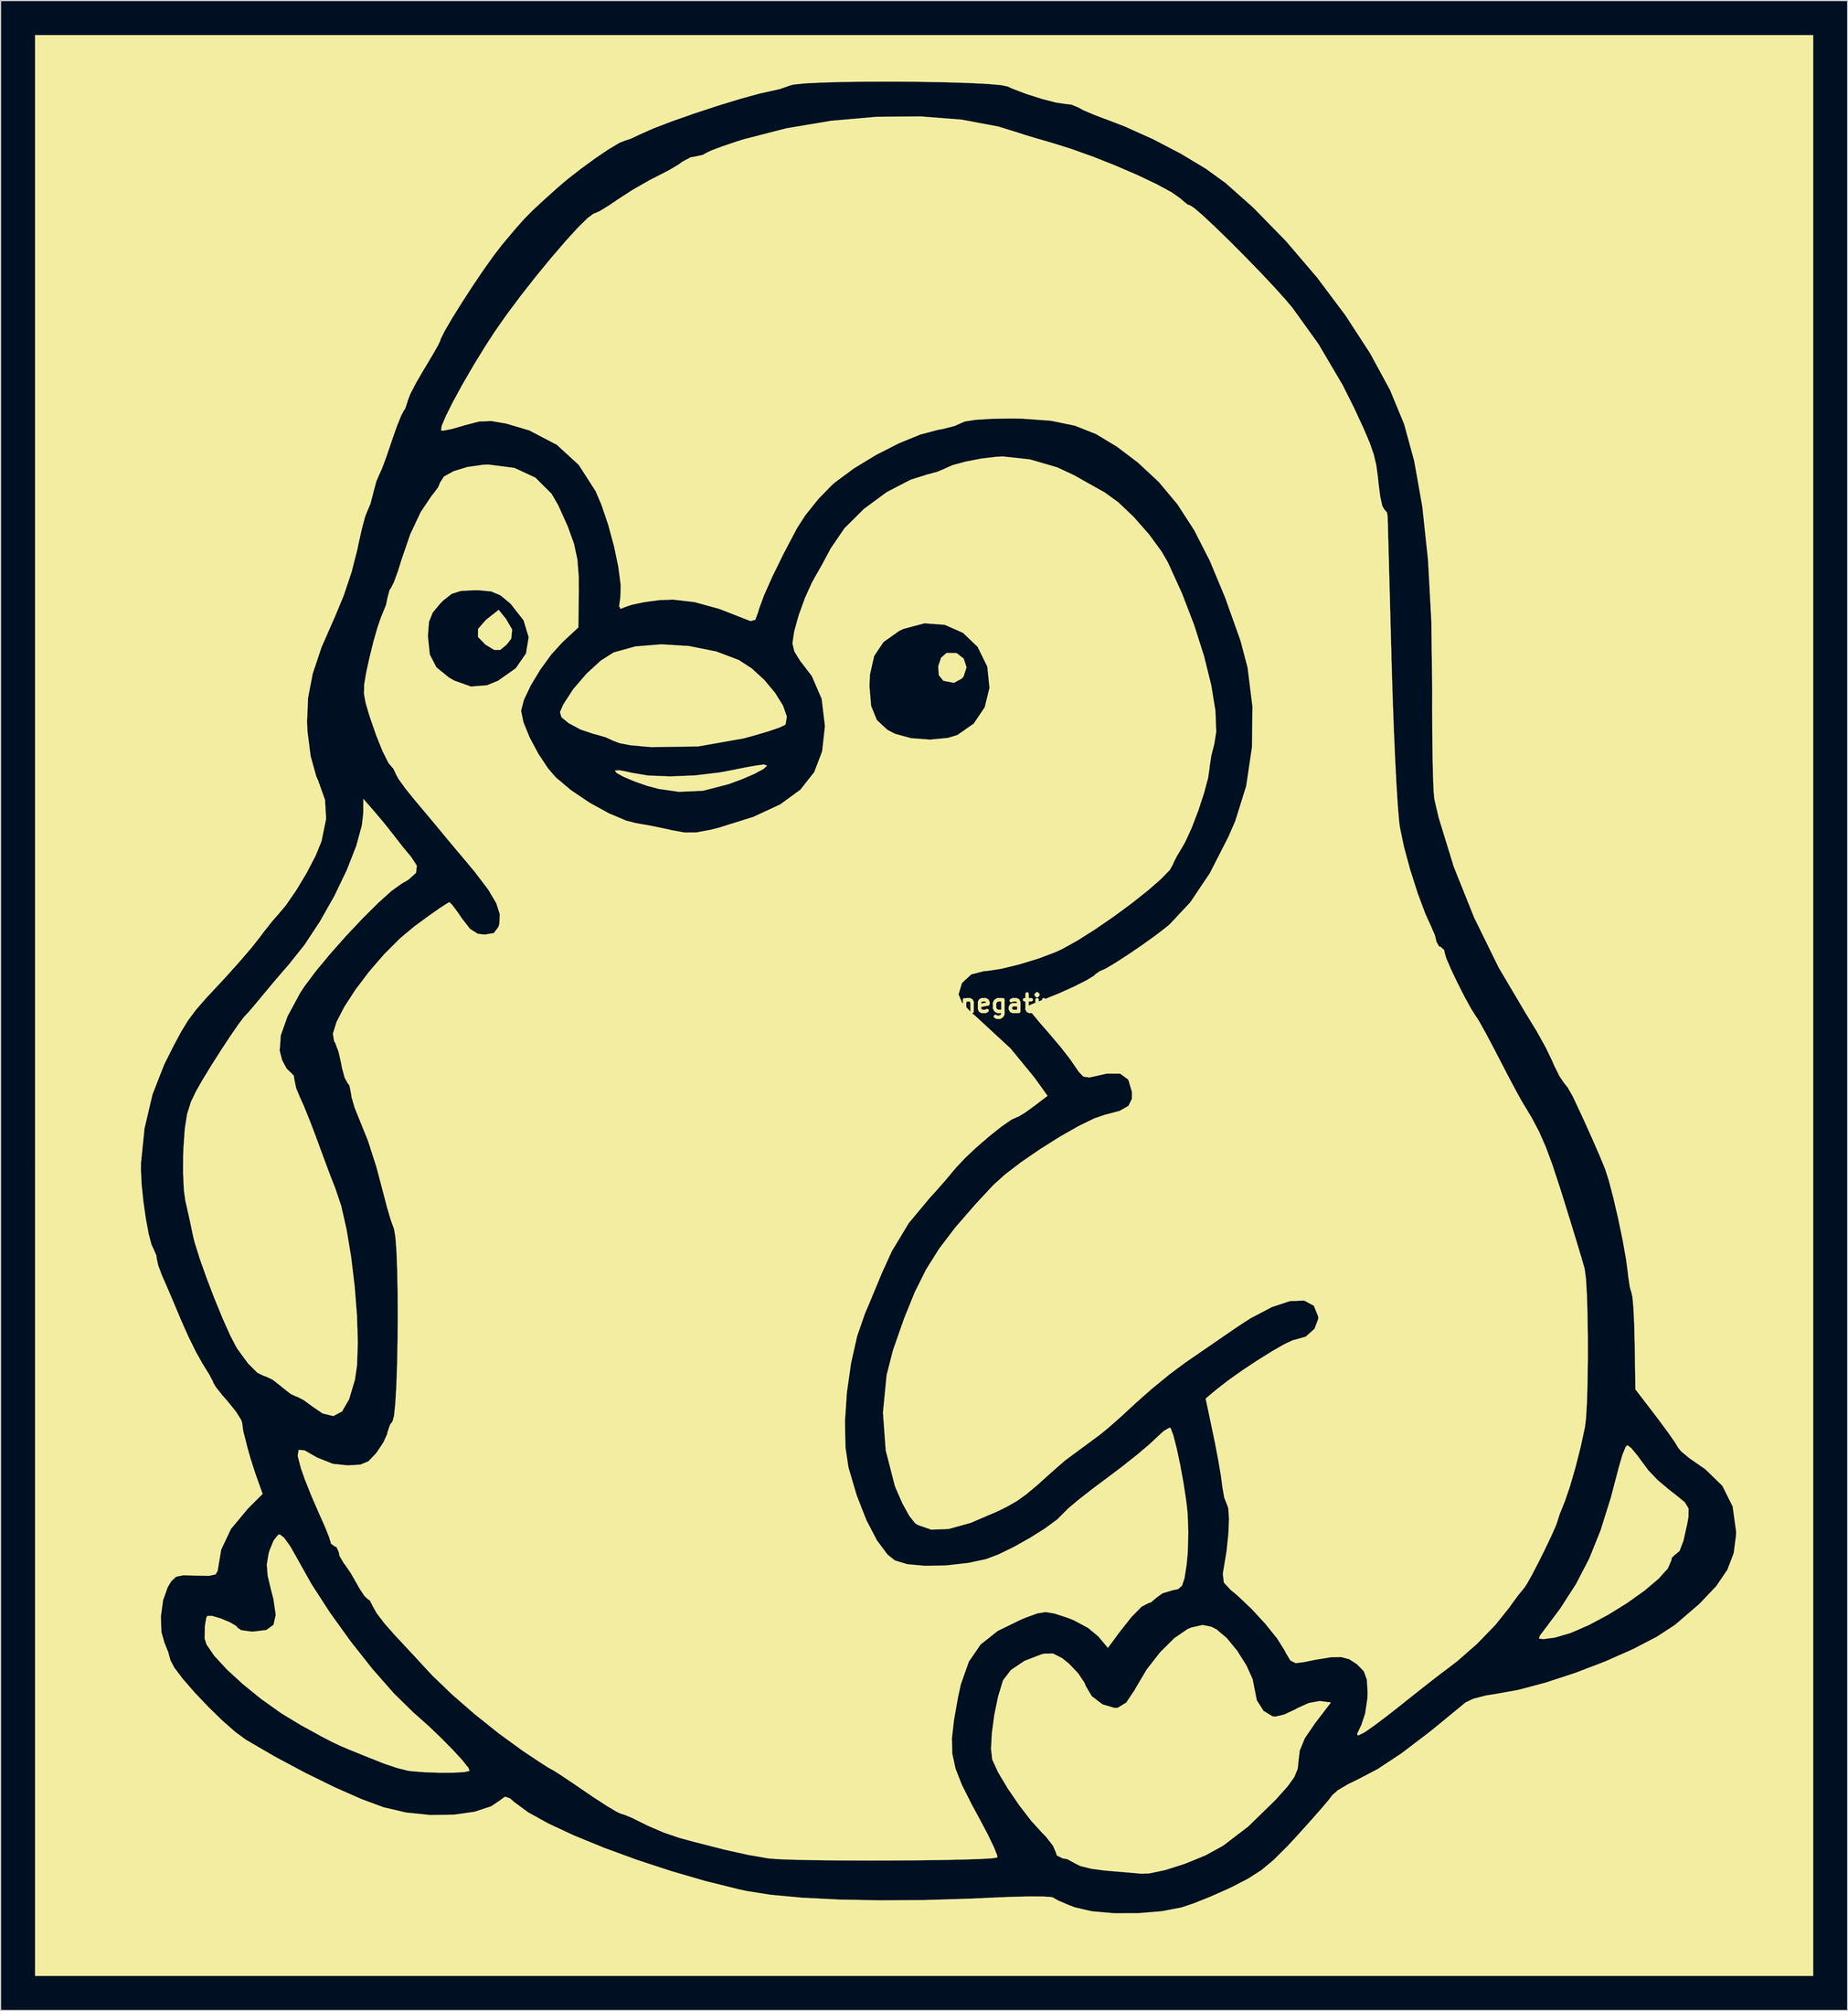
<source format=kicad_pcb>
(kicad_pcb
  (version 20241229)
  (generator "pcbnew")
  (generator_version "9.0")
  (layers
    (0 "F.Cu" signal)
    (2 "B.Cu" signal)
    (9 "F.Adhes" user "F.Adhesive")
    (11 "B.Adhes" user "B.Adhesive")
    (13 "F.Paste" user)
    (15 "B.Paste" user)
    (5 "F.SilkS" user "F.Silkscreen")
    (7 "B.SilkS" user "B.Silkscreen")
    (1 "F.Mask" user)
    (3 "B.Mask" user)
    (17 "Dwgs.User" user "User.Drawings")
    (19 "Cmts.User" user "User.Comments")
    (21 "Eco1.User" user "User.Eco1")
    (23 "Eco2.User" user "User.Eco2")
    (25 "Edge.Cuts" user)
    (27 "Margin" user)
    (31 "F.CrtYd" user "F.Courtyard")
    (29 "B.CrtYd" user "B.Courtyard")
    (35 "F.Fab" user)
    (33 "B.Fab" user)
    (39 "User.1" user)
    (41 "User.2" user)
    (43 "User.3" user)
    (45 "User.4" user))
  (footprint "penguin_logo_negative"
    (layer "F.Cu")
    (at 77.263 84.319)
    (property "Reference" "penguin_logo_negative" (at 0 0 0) (layer "F.SilkS") (effects (font (size 1.524 1.524) (thickness 0.3))))
    (attr through_hole)
    (fp_poly (pts (xy -36.255 -33.501) (xy -35.705 -32.559) (xy -35.784 -31.768) (xy -36.185 -31.246) (xy -36.751 -30.786) (xy -37.265 -30.785) (xy -38.022 -31.241) (xy -38.682 -31.919) (xy -38.673 -32.613) (xy -37.987 -33.397) (xy -37.842 -33.515) (xy -36.879 -34.272) (xy -36.255 -33.501)) (stroke (width 0.01) (type solid)) (fill yes) (layer "F.SilkS"))
    (fp_poly (pts (xy 3.004 -30.511) (xy 3.625 -30.023) (xy 3.869 -29.269) (xy 3.607 -28.466) (xy 3.457 -28.293) (xy 2.776 -27.921) (xy 1.873 -28.095) (xy 1.852 -28.103) (xy 1.46 -28.582) (xy 1.406 -29.352) (xy 1.655 -30.104) (xy 2.134 -30.521) (xy 3.004 -30.511)) (stroke (width 0.01) (type solid)) (fill yes) (layer "F.SilkS"))
    (fp_poly (pts (xy -13.511 -20.704) (xy -13.819 -20.417) (xy -14.591 -20.001) (xy -15.727 -19.513) (xy -16.847 -19.101) (xy -19.086 -18.522) (xy -21.186 -18.431) (xy -22.931 -18.681) (xy -23.942 -18.95) (xy -25.016 -19.323) (xy -25.966 -19.723) (xy -26.605 -20.071) (xy -26.754 -20.283) (xy -26.339 -20.306) (xy -25.536 -20.146) (xy -25.379 -20.102) (xy -23.888 -19.85) (xy -21.948 -19.77) (xy -19.794 -19.859) (xy -17.659 -20.111) (xy -16.757 -20.279) (xy -15.457 -20.54) (xy -14.39 -20.73) (xy -13.779 -20.808) (xy -13.768 -20.808) (xy -13.511 -20.704)) (stroke (width 0.01) (type solid)) (fill yes) (layer "F.SilkS"))
    (fp_poly (pts (xy -20.28 -31.118) (xy -17.938 -30.649) (xy -15.973 -29.909) (xy -14.829 -29.166) (xy -13.74 -28.167) (xy -12.805 -27.046) (xy -12.119 -25.941) (xy -11.781 -24.985) (xy -11.887 -24.316) (xy -11.935 -24.26) (xy -12.399 -24.037) (xy -13.379 -23.701) (xy -14.709 -23.308) (xy -15.546 -23.082) (xy -19.506 -22.382) (xy -23.612 -22.323) (xy -25.399 -22.487) (xy -26.33 -22.663) (xy -26.953 -22.895) (xy -26.986 -22.919) (xy -27.551 -23.179) (xy -28.461 -23.438) (xy -28.575 -23.463) (xy -29.743 -23.853) (xy -30.777 -24.408) (xy -31.411 -24.923) (xy -31.534 -25.375) (xy -31.248 -26.04) (xy -30.372 -27.384) (xy -29.218 -28.724) (xy -27.984 -29.851) (xy -26.873 -30.559) (xy -26.863 -30.563) (xy -24.971 -31.089) (xy -22.7 -31.27) (xy -20.28 -31.118)) (stroke (width 0.01) (type solid)) (fill yes) (layer "F.SilkS"))
    (fp_poly (pts (xy 61.775 38.716) (xy 62.317 39.371) (xy 62.48 39.599) (xy 63.249 40.632) (xy 64.044 41.474) (xy 65.102 42.364) (xy 65.658 42.791) (xy 66.437 43.432) (xy 66.76 43.97) (xy 66.748 44.705) (xy 66.653 45.25) (xy 66.31 46.782) (xy 65.968 47.671) (xy 65.605 47.977) (xy 65.579 47.978) (xy 65.293 48.261) (xy 65.264 48.464) (xy 64.961 49.178) (xy 64.135 50.091) (xy 62.911 51.123) (xy 61.411 52.192) (xy 59.759 53.215) (xy 58.08 54.112) (xy 56.497 54.8) (xy 55.134 55.198) (xy 55.041 55.214) (xy 54.101 55.341) (xy 53.73 55.288) (xy 53.812 55.034) (xy 53.847 54.99) (xy 55.573 52.693) (xy 56.968 50.527) (xy 58.112 48.32) (xy 59.087 45.899) (xy 59.971 43.093) (xy 60.706 40.305) (xy 61.003 39.28) (xy 61.283 38.607) (xy 61.426 38.453) (xy 61.775 38.716)) (stroke (width 0.01) (type solid)) (fill yes) (layer "F.SilkS"))
    (fp_poly (pts (xy -55.575 46.507) (xy -55.024 47.27) (xy -54.477 48.242) (xy -53.191 50.537) (xy -51.576 53.031) (xy -49.756 55.56) (xy -47.855 57.962) (xy -45.998 60.073) (xy -44.306 61.731) (xy -44.122 61.89) (xy -43.015 62.875) (xy -41.89 63.948) (xy -40.859 64.994) (xy -40.031 65.898) (xy -39.516 66.544) (xy -39.411 66.81) (xy -39.855 66.913) (xy -40.791 66.967) (xy -42.005 66.973) (xy -43.285 66.93) (xy -44.419 66.842) (xy -44.803 66.79) (xy -45.702 66.566) (xy -46.826 66.189) (xy -47.096 66.085) (xy -48.72 65.437) (xy -49.867 64.973) (xy -50.714 64.611) (xy -51.437 64.269) (xy -52.213 63.865) (xy -53.218 63.316) (xy -54.151 62.804) (xy -55.846 61.773) (xy -57.551 60.559) (xy -59.158 59.259) (xy -60.561 57.969) (xy -61.651 56.787) (xy -62.322 55.809) (xy -62.483 55.3) (xy -62.473 54.245) (xy -62.344 53.491) (xy -62.255 53.322) (xy -61.845 53.318) (xy -61.099 53.537) (xy -60.3 53.868) (xy -59.732 54.201) (xy -59.619 54.355) (xy -59.307 54.56) (xy -58.526 54.673) (xy -58.221 54.681) (xy -57.12 54.548) (xy -56.491 54.093) (xy -56.294 53.228) (xy -56.493 51.867) (xy -56.672 51.17) (xy -56.996 49.827) (xy -57.073 48.841) (xy -56.92 47.911) (xy -56.84 47.628) (xy -56.478 46.752) (xy -56.082 46.256) (xy -55.959 46.214) (xy -55.575 46.507)) (stroke (width 0.01) (type solid)) (fill yes) (layer "F.SilkS"))
    (fp_poly (pts (xy 25.207 54.267) (xy 25.657 54.504) (xy 26.54 55.251) (xy 27.454 56.369) (xy 28.252 57.635) (xy 28.787 58.823) (xy 28.928 59.537) (xy 29.155 60.672) (xy 29.737 61.584) (xy 30.522 62.062) (xy 30.758 62.089) (xy 31.533 61.908) (xy 32.498 61.461) (xy 32.671 61.359) (xy 33.67 60.906) (xy 34.602 60.733) (xy 34.73 60.742) (xy 35.609 60.854) (xy 34.209 62.685) (xy 33.332 63.973) (xy 32.895 65.031) (xy 32.795 65.86) (xy 32.716 66.625) (xy 32.425 67.338) (xy 31.823 68.175) (xy 30.807 69.309) (xy 30.767 69.352) (xy 28.406 71.652) (xy 26.233 73.313) (xy 24.694 74.161) (xy 22.871 74.904) (xy 21.173 75.446) (xy 19.785 75.737) (xy 19.103 75.763) (xy 18.229 75.684) (xy 16.969 75.577) (xy 15.969 75.494) (xy 14.745 75.333) (xy 13.779 75.093) (xy 13.352 74.877) (xy 12.627 74.488) (xy 12.277 74.436) (xy 11.745 74.184) (xy 11.642 73.883) (xy 11.401 73.321) (xy 10.795 72.547) (xy 10.462 72.208) (xy 9.506 71.159) (xy 8.451 69.79) (xy 7.441 68.308) (xy 6.616 66.924) (xy 6.119 65.844) (xy 6.11 65.817) (xy 6.008 64.895) (xy 6.079 63.528) (xy 6.291 61.943) (xy 6.614 60.371) (xy 7.015 59.039) (xy 7.07 58.899) (xy 7.742 58.025) (xy 8.917 57.237) (xy 10.391 56.665) (xy 10.628 56.606) (xy 11.393 56.591) (xy 12.195 56.994) (xy 12.796 57.479) (xy 13.598 58.321) (xy 14.148 59.147) (xy 14.246 59.404) (xy 14.78 60.313) (xy 15.717 61.021) (xy 16.764 61.33) (xy 17.039 61.317) (xy 17.785 60.864) (xy 18.54 59.731) (xy 18.596 59.619) (xy 19.56 57.992) (xy 20.736 56.483) (xy 21.975 55.253) (xy 23.131 54.462) (xy 23.446 54.332) (xy 24.429 54.109) (xy 25.207 54.267)) (stroke (width 0.01) (type solid)) (fill yes) (layer "F.SilkS"))
    (fp_poly (pts (xy -47.703 -16.713) (xy -46.856 -15.705) (xy -46.057 -14.699) (xy -45.979 -14.596) (xy -45.224 -13.63) (xy -44.502 -12.76) (xy -44.008 -11.999) (xy -44.075 -11.379) (xy -44.752 -10.771) (xy -45.36 -10.417) (xy -46.202 -9.811) (xy -47.359 -8.773) (xy -48.715 -7.428) (xy -50.154 -5.901) (xy -51.56 -4.318) (xy -52.815 -2.804) (xy -53.804 -1.484) (xy -54.181 -0.906) (xy -55.272 1.119) (xy -55.855 2.763) (xy -55.954 4.109) (xy -55.746 4.921) (xy -55.358 5.656) (xy -55.013 5.995) (xy -54.991 5.997) (xy -54.726 6.289) (xy -54.678 6.615) (xy -54.518 7.375) (xy -54.191 8.162) (xy -53.855 8.906) (xy -53.368 10.106) (xy -52.814 11.554) (xy -52.569 12.219) (xy -52.035 13.673) (xy -51.561 14.937) (xy -51.218 15.821) (xy -51.122 16.051) (xy -50.599 17.603) (xy -50.129 19.664) (xy -49.731 22.061) (xy -49.423 24.617) (xy -49.222 27.158) (xy -49.147 29.51) (xy -49.217 31.497) (xy -49.394 32.734) (xy -49.91 34.465) (xy -50.526 35.518) (xy -51.281 35.918) (xy -52.215 35.69) (xy -53.093 35.09) (xy -53.862 34.529) (xy -54.431 34.234) (xy -54.508 34.221) (xy -54.982 33.999) (xy -55.686 33.455) (xy -55.815 33.337) (xy -56.57 32.751) (xy -57.184 32.462) (xy -57.249 32.456) (xy -57.885 32.157) (xy -58.706 31.339) (xy -59.596 30.123) (xy -59.725 29.919) (xy -60.247 28.925) (xy -60.905 27.456) (xy -61.623 25.71) (xy -62.322 23.885) (xy -62.928 22.177) (xy -63.362 20.785) (xy -63.5 20.22) (xy -63.785 18.868) (xy -64.083 17.541) (xy -64.167 17.186) (xy -64.297 16.22) (xy -64.363 14.804) (xy -64.357 13.193) (xy -64.336 12.626) (xy -64.214 10.882) (xy -64.01 9.601) (xy -63.67 8.54) (xy -63.224 7.612) (xy -62.659 6.625) (xy -61.906 5.392) (xy -61.066 4.072) (xy -60.242 2.823) (xy -59.538 1.802) (xy -59.056 1.167) (xy -58.951 1.058) (xy -58.627 0.708) (xy -58.01 -0.015) (xy -57.439 -0.706) (xy -56.518 -1.811) (xy -55.604 -2.879) (xy -55.188 -3.351) (xy -53.799 -5.092) (xy -52.44 -7.149) (xy -51.185 -9.372) (xy -50.109 -11.61) (xy -49.284 -13.714) (xy -48.787 -15.533) (xy -48.673 -16.555) (xy -48.663 -17.815) (xy -47.703 -16.713)) (stroke (width 0.01) (type solid)) (fill yes) (layer "F.SilkS"))
    (fp_poly (pts (xy 77.611 84.667) (xy -77.258 84.667) (xy -77.258 14.464) (xy -68.04 14.464) (xy -67.978 15.759) (xy -67.825 17.249) (xy -67.61 18.747) (xy -67.364 20.063) (xy -67.115 21.011) (xy -66.939 21.373) (xy -66.694 21.936) (xy -66.675 22.142) (xy -66.536 22.796) (xy -66.198 23.697) (xy -66.17 23.759) (xy -65.789 24.626) (xy -65.248 25.892) (xy -64.653 27.306) (xy -64.565 27.517) (xy -63.917 28.977) (xy -63.234 30.364) (xy -62.651 31.399) (xy -62.601 31.478) (xy -62.077 32.322) (xy -61.77 32.908) (xy -61.736 33.023) (xy -61.519 33.393) (xy -60.961 34.093) (xy -60.501 34.619) (xy -59.786 35.497) (xy -59.319 36.236) (xy -59.223 36.514) (xy -59.138 37.159) (xy -59.106 37.306) (xy -58.976 37.81) (xy -58.772 38.629) (xy -58.483 39.65) (xy -58.087 40.876) (xy -57.977 41.191) (xy -57.441 42.695) (xy -58.726 43.98) (xy -60.196 45.747) (xy -61.049 47.547) (xy -61.357 49.389) (xy -61.53 49.701) (xy -62.107 49.831) (xy -63.234 49.81) (xy -63.235 49.81) (xy -64.337 49.777) (xy -64.978 49.909) (xy -65.398 50.302) (xy -65.705 50.809) (xy -66.112 51.957) (xy -66.302 53.366) (xy -66.257 54.722) (xy -65.991 55.655) (xy -65.657 56.488) (xy -65.473 57.168) (xy -65.135 57.821) (xy -64.388 58.806) (xy -63.357 59.991) (xy -62.167 61.244) (xy -60.942 62.436) (xy -59.805 63.433) (xy -58.901 64.096) (xy -56.365 65.572) (xy -53.718 66.985) (xy -51.136 68.25) (xy -48.792 69.282) (xy -46.919 69.975) (xy -44.948 70.438) (xy -42.856 70.652) (xy -40.81 70.627) (xy -38.979 70.371) (xy -37.529 69.895) (xy -36.787 69.393) (xy -36.337 69.061) (xy -35.903 69.198) (xy -35.496 69.549) (xy -34.31 70.42) (xy -32.545 71.397) (xy -30.311 72.437) (xy -27.719 73.499) (xy -24.881 74.54) (xy -21.905 75.518) (xy -18.904 76.391) (xy -15.987 77.116) (xy -15.308 77.264) (xy -13.192 77.6) (xy -10.48 77.85) (xy -7.276 78.011) (xy -3.686 78.081) (xy 0.186 78.056) (xy 4.235 77.934) (xy 5.839 77.86) (xy 7.707 77.781) (xy 9.321 77.744) (xy 10.552 77.749) (xy 11.272 77.798) (xy 11.398 77.838) (xy 11.854 78.096) (xy 12.735 78.474) (xy 13.321 78.697) (xy 14.788 79.035) (xy 16.698 79.204) (xy 18.806 79.202) (xy 20.87 79.03) (xy 22.578 78.706) (xy 23.648 78.349) (xy 25.08 77.778) (xy 26.61 77.1) (xy 27.008 76.911) (xy 28.402 76.191) (xy 29.544 75.458) (xy 30.626 74.56) (xy 31.843 73.345) (xy 32.653 72.473) (xy 33.783 71.221) (xy 34.748 70.124) (xy 35.441 69.306) (xy 35.745 68.906) (xy 36.212 68.498) (xy 37.111 67.965) (xy 37.922 67.573) (xy 39.682 66.651) (xy 41.722 65.307) (xy 44.115 63.49) (xy 45.156 62.646) (xy 46.139 61.838) (xy 46.979 61.148) (xy 47.348 60.846) (xy 48.038 60.523) (xy 49.128 60.244) (xy 49.818 60.138) (xy 51.904 59.766) (xy 54.326 59.122) (xy 56.915 58.271) (xy 59.503 57.28) (xy 61.919 56.212) (xy 63.994 55.133) (xy 65.561 54.109) (xy 65.673 54.02) (xy 67.702 52.273) (xy 69.169 50.733) (xy 70.144 49.294) (xy 70.697 47.847) (xy 70.897 46.286) (xy 70.901 45.953) (xy 70.601 43.787) (xy 69.707 41.993) (xy 68.197 40.529) (xy 67.812 40.267) (xy 66.829 39.584) (xy 66.114 38.99) (xy 65.863 38.684) (xy 65.579 38.212) (xy 64.976 37.348) (xy 64.168 36.254) (xy 63.911 35.917) (xy 62.128 33.591) (xy 62.069 29.584) (xy 62.028 27.954) (xy 61.962 26.579) (xy 61.88 25.615) (xy 61.803 25.232) (xy 61.643 24.682) (xy 61.503 23.745) (xy 61.476 23.468) (xy 61.312 22.229) (xy 61.014 20.575) (xy 60.632 18.734) (xy 60.214 16.934) (xy 59.812 15.403) (xy 59.512 14.464) (xy 59.069 13.375) (xy 58.41 11.861) (xy 57.63 10.129) (xy 56.819 8.388) (xy 56.689 8.114) (xy 56.24 7.324) (xy 55.891 6.879) (xy 55.539 6.36) (xy 55.077 5.446) (xy 54.856 4.939) (xy 54.327 3.842) (xy 53.558 2.454) (xy 52.709 1.063) (xy 52.654 0.979) (xy 50.226 -3.124) (xy 48.084 -7.483) (xy 46.313 -11.902) (xy 44.996 -16.183) (xy 44.617 -17.806) (xy 44.557 -18.448) (xy 44.505 -19.682) (xy 44.466 -21.397) (xy 44.44 -23.478) (xy 44.431 -25.813) (xy 44.434 -27.331) (xy 44.356 -33.303) (xy 44.07 -38.606) (xy 43.573 -43.248) (xy 42.865 -47.233) (xy 41.986 -50.449) (xy 40.767 -53.397) (xy 39.037 -56.587) (xy 36.887 -59.897) (xy 34.409 -63.202) (xy 31.693 -66.38) (xy 28.833 -69.305) (xy 26.432 -71.439) (xy 24.714 -72.681) (xy 22.53 -73.993) (xy 20.099 -75.261) (xy 17.634 -76.368) (xy 16.228 -76.908) (xy 15.024 -77.359) (xy 14.079 -77.759) (xy 13.6 -78.019) (xy 12.996 -78.265) (xy 12.516 -78.317) (xy 11.672 -78.44) (xy 10.437 -78.758) (xy 9.072 -79.192) (xy 7.836 -79.665) (xy 7.442 -79.844) (xy 6.844 -79.964) (xy 5.662 -80.065) (xy 4.019 -80.146) (xy 2.034 -80.206) (xy -0.17 -80.246) (xy -2.471 -80.264) (xy -4.748 -80.26) (xy -6.88 -80.233) (xy -8.744 -80.182) (xy -10.22 -80.108) (xy -11.186 -80.009) (xy -11.465 -79.939) (xy -12.397 -79.616) (xy -12.876 -79.507) (xy -14.125 -79.232) (xy -15.829 -78.763) (xy -17.801 -78.161) (xy -19.851 -77.487) (xy -21.791 -76.805) (xy -23.433 -76.176) (xy -24.589 -75.661) (xy -24.621 -75.645) (xy -25.377 -75.29) (xy -25.834 -75.144) (xy -26.363 -74.935) (xy -27.289 -74.383) (xy -28.464 -73.591) (xy -29.739 -72.662) (xy -30.966 -71.7) (xy -31.738 -71.042) (xy -32.992 -69.916) (xy -33.894 -69.077) (xy -34.618 -68.346) (xy -35.338 -67.542) (xy -36.231 -66.486) (xy -36.602 -66.039) (xy -37.319 -65.111) (xy -38.195 -63.879) (xy -39.143 -62.477) (xy -40.077 -61.04) (xy -40.909 -59.703) (xy -41.554 -58.6) (xy -41.925 -57.868) (xy -41.981 -57.675) (xy -42.152 -57.319) (xy -42.605 -56.523) (xy -43.249 -55.443) (xy -43.392 -55.21) (xy -44.069 -54.046) (xy -44.569 -53.082) (xy -44.798 -52.499) (xy -44.803 -52.452) (xy -45.025 -51.781) (xy -45.116 -51.664) (xy -45.374 -51.181) (xy -45.759 -50.222) (xy -46.192 -48.986) (xy -46.233 -48.86) (xy -46.659 -47.605) (xy -47.032 -46.604) (xy -47.276 -46.059) (xy -47.29 -46.038) (xy -47.529 -45.474) (xy -47.777 -44.565) (xy -47.801 -44.45) (xy -48.047 -43.523) (xy -48.303 -42.9) (xy -48.329 -42.862) (xy -48.517 -42.373) (xy -48.784 -41.374) (xy -49.084 -40.049) (xy -49.194 -39.511) (xy -49.684 -37.591) (xy -50.385 -35.493) (xy -51.136 -33.69) (xy -52.306 -31.028) (xy -53.073 -28.733) (xy -53.481 -26.625) (xy -53.572 -24.524) (xy -53.533 -23.685) (xy -53.256 -21.529) (xy -52.77 -19.784) (xy -52.601 -19.397) (xy -52.007 -17.734) (xy -51.911 -16.082) (xy -52.3 -14.179) (xy -52.33 -14.079) (xy -52.82 -12.875) (xy -53.597 -11.383) (xy -54.515 -9.854) (xy -55.426 -8.534) (xy -56.034 -7.815) (xy -56.586 -7.185) (xy -57.325 -6.252) (xy -57.706 -5.742) (xy -58.431 -4.829) (xy -59.477 -3.609) (xy -60.671 -2.279) (xy -61.304 -1.599) (xy -62.439 -0.382) (xy -63.276 0.584) (xy -63.942 1.481) (xy -64.56 2.492) (xy -65.255 3.8) (xy -66.004 5.292) (xy -67.028 7.906) (xy -67.727 10.867) (xy -68.032 13.862) (xy -68.04 14.464) (xy -77.258 14.464) (xy -77.258 -84.314) (xy 77.611 -84.314) (xy 77.611 84.667)) (stroke (width 0.01) (type solid)) (fill yes) (layer "F.SilkS"))
    (fp_poly (pts (xy 3.435 -76.953) (xy 6.621 -76.356) (xy 8.29 -75.842) (xy 9.003 -75.609) (xy 10.122 -75.274) (xy 11.113 -74.992) (xy 12.919 -74.431) (xy 14.892 -73.725) (xy 16.896 -72.931) (xy 18.797 -72.109) (xy 20.461 -71.317) (xy 21.753 -70.615) (xy 22.538 -70.06) (xy 22.629 -69.965) (xy 23.125 -69.557) (xy 23.324 -69.497) (xy 23.705 -69.255) (xy 24.47 -68.594) (xy 25.521 -67.611) (xy 26.762 -66.404) (xy 28.094 -65.068) (xy 29.421 -63.703) (xy 30.645 -62.404) (xy 31.669 -61.269) (xy 32.241 -60.591) (xy 34.522 -57.421) (xy 36.631 -53.841) (xy 37.625 -51.858) (xy 38.431 -50.119) (xy 38.983 -48.83) (xy 39.339 -47.809) (xy 39.559 -46.873) (xy 39.701 -45.841) (xy 39.757 -45.274) (xy 39.905 -44.124) (xy 40.085 -43.317) (xy 40.246 -43.039) (xy 40.494 -42.746) (xy 40.548 -42.422) (xy 40.562 -41.932) (xy 40.593 -40.824) (xy 40.638 -39.184) (xy 40.694 -37.098) (xy 40.76 -34.653) (xy 40.833 -31.937) (xy 40.89 -29.81) (xy 40.98 -26.843) (xy 41.084 -23.993) (xy 41.198 -21.365) (xy 41.318 -19.063) (xy 41.436 -17.193) (xy 41.549 -15.858) (xy 41.614 -15.346) (xy 41.977 -13.617) (xy 42.522 -11.615) (xy 43.168 -9.593) (xy 43.835 -7.807) (xy 44.334 -6.71) (xy 44.679 -5.904) (xy 44.801 -5.38) (xy 45.026 -4.97) (xy 45.156 -4.939) (xy 45.473 -4.655) (xy 45.508 -4.435) (xy 45.664 -3.918) (xy 46.068 -2.979) (xy 46.625 -1.81) (xy 47.237 -0.605) (xy 47.811 0.442) (xy 48.249 1.137) (xy 48.299 1.202) (xy 48.587 1.666) (xy 49.108 2.605) (xy 49.777 3.863) (xy 50.243 4.763) (xy 50.981 6.187) (xy 51.642 7.435) (xy 52.132 8.332) (xy 52.306 8.63) (xy 53.092 9.933) (xy 53.735 11.149) (xy 54.31 12.452) (xy 54.89 14.018) (xy 55.551 16.021) (xy 55.845 16.956) (xy 56.427 18.829) (xy 56.952 20.542) (xy 57.375 21.945) (xy 57.65 22.887) (xy 57.71 23.107) (xy 57.818 23.901) (xy 57.9 25.244) (xy 57.955 26.98) (xy 57.984 28.956) (xy 57.986 31.013) (xy 57.96 32.998) (xy 57.908 34.754) (xy 57.827 36.126) (xy 57.738 36.865) (xy 57.366 38.585) (xy 56.903 40.408) (xy 56.414 42.089) (xy 55.969 43.384) (xy 55.871 43.621) (xy 55.544 44.424) (xy 55.388 44.908) (xy 55.386 44.931) (xy 55.234 45.39) (xy 54.839 46.287) (xy 54.292 47.438) (xy 53.684 48.661) (xy 53.105 49.771) (xy 52.647 50.585) (xy 52.434 50.893) (xy 51.971 51.453) (xy 51.341 52.307) (xy 51.162 52.564) (xy 49.93 54.105) (xy 48.335 55.749) (xy 46.627 57.246) (xy 46.038 57.698) (xy 45.124 58.387) (xy 43.875 59.357) (xy 42.502 60.442) (xy 41.906 60.919) (xy 40.657 61.904) (xy 39.54 62.75) (xy 38.717 63.335) (xy 38.445 63.504) (xy 37.966 63.732) (xy 37.891 63.596) (xy 38.184 62.974) (xy 38.255 62.836) (xy 38.589 61.827) (xy 38.785 60.535) (xy 38.806 60.015) (xy 38.742 58.871) (xy 38.481 58.146) (xy 37.913 57.556) (xy 37.835 57.495) (xy 37.208 57.091) (xy 36.514 56.901) (xy 35.579 56.919) (xy 34.23 57.139) (xy 33.284 57.336) (xy 32.536 57.43) (xy 32.072 57.19) (xy 31.644 56.464) (xy 31.565 56.3) (xy 30.924 55.28) (xy 29.905 54.012) (xy 28.679 52.686) (xy 27.418 51.495) (xy 26.863 51.037) (xy 26.287 50.417) (xy 26.196 49.652) (xy 26.258 49.273) (xy 26.517 47.715) (xy 26.679 46.184) (xy 26.733 44.865) (xy 26.67 43.943) (xy 26.571 43.655) (xy 26.32 43.019) (xy 26.15 42.065) (xy 26.143 41.981) (xy 26.023 41.072) (xy 25.791 39.717) (xy 25.491 38.156) (xy 25.37 37.571) (xy 24.699 34.396) (xy 25.667 33.584) (xy 26.664 32.81) (xy 27.905 31.932) (xy 29.241 31.048) (xy 30.519 30.253) (xy 31.589 29.642) (xy 32.3 29.312) (xy 32.449 29.281) (xy 33.422 29.004) (xy 34.183 28.319) (xy 34.511 27.444) (xy 34.504 27.254) (xy 34.12 26.312) (xy 33.287 25.865) (xy 32.052 25.906) (xy 30.465 26.428) (xy 28.573 27.425) (xy 27.461 28.147) (xy 25.947 29.187) (xy 24.303 30.317) (xy 22.884 31.293) (xy 22.882 31.295) (xy 21.565 32.275) (xy 20.045 33.516) (xy 18.613 34.779) (xy 18.379 34.999) (xy 17.232 36.057) (xy 16.184 36.975) (xy 15.405 37.608) (xy 15.208 37.747) (xy 12.431 39.802) (xy 11.289 40.801) (xy 10.006 41.953) (xy 9.053 42.749) (xy 8.249 43.322) (xy 7.412 43.801) (xy 6.604 44.202) (xy 4.234 45.216) (xy 2.317 45.748) (xy 0.796 45.805) (xy -0.382 45.395) (xy -0.61 45.236) (xy -1.106 44.619) (xy -1.702 43.543) (xy -2.282 42.222) (xy -2.374 41.981) (xy -3.166 38.906) (xy -3.405 35.617) (xy -3.086 32.341) (xy -2.525 30.163) (xy -1.561 27.411) (xy -0.638 25.134) (xy 0.345 23.168) (xy 1.486 21.347) (xy 2.886 19.508) (xy 4.644 17.486) (xy 6.179 15.834) (xy 7.209 14.899) (xy 8.629 13.814) (xy 10.28 12.68) (xy 12.001 11.599) (xy 13.631 10.671) (xy 15.012 9.999) (xy 15.875 9.703) (xy 17.215 9.346) (xy 17.974 8.914) (xy 18.275 8.302) (xy 18.277 7.685) (xy 17.962 6.625) (xy 17.252 6.106) (xy 16.093 6.101) (xy 15.517 6.23) (xy 14.582 6.439) (xy 14.047 6.366) (xy 13.638 5.937) (xy 13.473 5.689) (xy 12.871 4.816) (xy 12.099 3.826) (xy 11.034 2.566) (xy 10.269 1.691) (xy 9.619 0.907) (xy 9.247 0.367) (xy 9.211 0.228) (xy 9.601 0.046) (xy 10.388 -0.268) (xy 10.583 -0.342) (xy 11.915 -0.879) (xy 13.202 -1.458) (xy 14.274 -1.996) (xy 14.958 -2.409) (xy 15.111 -2.558) (xy 15.491 -2.822) (xy 15.499 -2.822) (xy 15.951 -3.015) (xy 16.814 -3.525) (xy 17.933 -4.247) (xy 19.152 -5.078) (xy 20.317 -5.912) (xy 21.271 -6.646) (xy 21.569 -6.897) (xy 23.364 -8.814) (xy 25.059 -11.338) (xy 26.681 -14.51) (xy 27.276 -15.875) (xy 28.232 -18.934) (xy 28.734 -22.324) (xy 28.777 -25.833) (xy 28.354 -29.246) (xy 27.74 -31.574) (xy 26.389 -35.363) (xy 25.061 -38.547) (xy 23.696 -41.22) (xy 22.233 -43.477) (xy 20.612 -45.413) (xy 18.772 -47.122) (xy 16.948 -48.497) (xy 15.153 -49.578) (xy 13.317 -50.307) (xy 11.245 -50.736) (xy 8.743 -50.917) (xy 7.892 -50.931) (xy 6.085 -50.908) (xy 4.657 -50.82) (xy 3.735 -50.677) (xy 3.482 -50.574) (xy 2.85 -50.289) (xy 1.837 -50.027) (xy 1.411 -49.953) (xy -0.15 -49.54) (xy -2.036 -48.768) (xy -4.041 -47.745) (xy -5.959 -46.577) (xy -7.585 -45.372) (xy -7.832 -45.159) (xy -9.033 -43.93) (xy -10.177 -42.5) (xy -10.902 -41.371) (xy -12.064 -39.165) (xy -13.038 -37.181) (xy -13.77 -35.535) (xy -14.207 -34.343) (xy -14.271 -34.099) (xy -14.528 -33.408) (xy -14.936 -33.299) (xy -15.096 -33.356) (xy -17.659 -34.355) (xy -19.814 -34.947) (xy -21.707 -35.166) (xy -22.894 -35.12) (xy -24.188 -34.946) (xy -25.272 -34.722) (xy -25.825 -34.534) (xy -26.262 -34.36) (xy -26.387 -34.593) (xy -26.275 -35.37) (xy -26.252 -36.458) (xy -26.453 -38.005) (xy -26.831 -39.814) (xy -27.341 -41.693) (xy -27.937 -43.447) (xy -28.44 -44.617) (xy -29.901 -46.892) (xy -31.811 -48.642) (xy -34.203 -49.892) (xy -36.216 -50.491) (xy -37.522 -50.714) (xy -38.591 -50.671) (xy -39.85 -50.342) (xy -39.914 -50.321) (xy -40.95 -50.022) (xy -41.68 -49.877) (xy -41.895 -49.892) (xy -41.839 -50.292) (xy -41.466 -51.173) (xy -40.841 -52.417) (xy -40.025 -53.91) (xy -39.081 -55.537) (xy -38.073 -57.181) (xy -37.222 -58.491) (xy -36.161 -60.004) (xy -34.934 -61.645) (xy -33.62 -63.316) (xy -32.3 -64.922) (xy -31.057 -66.367) (xy -29.971 -67.556) (xy -29.122 -68.391) (xy -28.593 -68.777) (xy -28.525 -68.792) (xy -28.094 -68.981) (xy -27.291 -69.471) (xy -26.547 -69.975) (xy -25.214 -70.839) (xy -23.742 -71.68) (xy -23.107 -72.003) (xy -22.032 -72.556) (xy -21.184 -73.06) (xy -20.877 -73.29) (xy -20.146 -73.677) (xy -19.801 -73.731) (xy -19.081 -73.888) (xy -18.856 -74.025) (xy -18.385 -74.256) (xy -17.413 -74.622) (xy -16.116 -75.059) (xy -15.522 -75.246) (xy -11.809 -76.201) (xy -7.912 -76.853) (xy -3.976 -77.198) (xy -0.145 -77.232) (xy 3.435 -76.953)) (stroke (width 0.01) (type solid)) (fill yes) (layer "F.SilkS"))
    (fp_poly (pts (xy 9.388 -47.371) (xy 11.763 -46.681) (xy 13.229 -45.997) (xy 14.449 -45.311) (xy 15.679 -44.621) (xy 15.909 -44.493) (xy 17.094 -43.634) (xy 18.435 -42.357) (xy 19.75 -40.865) (xy 20.857 -39.359) (xy 21.405 -38.414) (xy 22.641 -35.698) (xy 23.704 -32.931) (xy 24.562 -30.227) (xy 25.187 -27.704) (xy 25.549 -25.476) (xy 25.618 -23.66) (xy 25.456 -22.627) (xy 25.189 -21.567) (xy 25.052 -20.692) (xy 25.047 -20.568) (xy 24.911 -19.642) (xy 24.553 -18.303) (xy 24.051 -16.778) (xy 23.482 -15.294) (xy 22.924 -14.075) (xy 22.698 -13.677) (xy 22.196 -12.835) (xy 21.903 -12.264) (xy 21.872 -12.161) (xy 21.591 -11.648) (xy 20.82 -10.849) (xy 19.674 -9.848) (xy 18.263 -8.729) (xy 16.699 -7.575) (xy 15.095 -6.472) (xy 13.563 -5.503) (xy 12.214 -4.752) (xy 11.642 -4.483) (xy 10.128 -3.913) (xy 8.461 -3.404) (xy 6.886 -3.022) (xy 5.649 -2.832) (xy 5.404 -2.822) (xy 4.282 -2.535) (xy 3.474 -1.79) (xy 3.175 -0.796) (xy 3.468 -0.095) (xy 4.266 0.775) (xy 4.674 1.117) (xy 7.71 3.919) (xy 9.797 6.466) (xy 10.926 8.038) (xy 9.72 8.958) (xy 8.933 9.523) (xy 8.393 9.848) (xy 8.299 9.878) (xy 7.794 10.104) (xy 6.934 10.7) (xy 5.87 11.542) (xy 4.752 12.506) (xy 3.728 13.468) (xy 2.948 14.304) (xy 2.932 14.323) (xy 2.022 15.402) (xy 1.139 16.409) (xy 0.7 16.886) (xy -1.156 19.11) (xy -2.639 21.571) (xy -3.5 23.46) (xy -4.07 24.838) (xy -4.569 26.033) (xy -4.912 26.843) (xy -4.975 26.988) (xy -5.655 28.949) (xy -6.188 31.312) (xy -6.551 33.863) (xy -6.72 36.386) (xy -6.673 38.669) (xy -6.414 40.393) (xy -5.69 42.842) (xy -4.844 44.996) (xy -3.931 46.746) (xy -3.006 47.982) (xy -2.363 48.493) (xy -1.274 48.82) (xy 0.291 48.962) (xy 2.128 48.922) (xy 4.035 48.703) (xy 5.551 48.38) (xy 6.629 47.978) (xy 7.978 47.32) (xy 9.409 46.518) (xy 10.732 45.683) (xy 11.76 44.927) (xy 12.26 44.429) (xy 12.714 43.974) (xy 13.608 43.222) (xy 14.805 42.283) (xy 15.964 41.418) (xy 17.407 40.333) (xy 18.752 39.265) (xy 19.826 38.356) (xy 20.351 37.86) (xy 21.045 37.224) (xy 21.534 36.938) (xy 21.649 36.966) (xy 21.885 37.6) (xy 22.177 38.743) (xy 22.487 40.202) (xy 22.776 41.788) (xy 23.007 43.308) (xy 23.127 44.381) (xy 23.188 46.037) (xy 23.137 47.806) (xy 23.039 48.86) (xy 22.854 50.04) (xy 22.638 50.691) (xy 22.296 50.984) (xy 21.81 51.086) (xy 20.94 51.349) (xy 20.444 51.703) (xy 19.931 52.135) (xy 19.698 52.211) (xy 19.112 52.518) (xy 18.231 53.417) (xy 17.164 54.772) (xy 16.187 56.098) (xy 15.349 55.102) (xy 14.465 54.367) (xy 13.199 53.689) (xy 12.59 53.453) (xy 11.514 53.106) (xy 10.763 52.983) (xy 10.04 53.096) (xy 9.051 53.457) (xy 8.644 53.622) (xy 6.584 54.627) (xy 5.101 55.802) (xy 4.073 57.297) (xy 3.378 59.263) (xy 3.138 60.353) (xy 2.778 62.375) (xy 2.598 63.969) (xy 2.63 65.318) (xy 2.907 66.607) (xy 3.462 68.02) (xy 4.326 69.74) (xy 5.029 71.035) (xy 5.73 72.36) (xy 6.253 73.446) (xy 6.536 74.153) (xy 6.557 74.346) (xy 6.147 74.417) (xy 5.142 74.478) (xy 3.652 74.529) (xy 1.787 74.568) (xy -0.34 74.596) (xy -2.622 74.612) (xy -4.946 74.616) (xy -7.202 74.607) (xy -9.281 74.585) (xy -11.071 74.549) (xy -12.462 74.499) (xy -13.343 74.434) (xy -13.406 74.426) (xy -15.146 74.125) (xy -17.253 73.657) (xy -19.847 72.994) (xy -21.167 72.635) (xy -22.512 72.176) (xy -23.93 71.565) (xy -24.306 71.376) (xy -25.27 70.899) (xy -25.99 70.603) (xy -26.192 70.556) (xy -26.609 70.367) (xy -27.46 69.858) (xy -28.599 69.12) (xy -29.342 68.615) (xy -30.557 67.787) (xy -31.537 67.134) (xy -32.149 66.746) (xy -32.285 66.675) (xy -32.614 66.491) (xy -33.379 66) (xy -34.436 65.296) (xy -34.815 65.04) (xy -36.847 63.566) (xy -38.968 61.872) (xy -40.966 60.134) (xy -42.633 58.53) (xy -43.039 58.099) (xy -43.967 57.092) (xy -45.097 55.877) (xy -45.934 54.982) (xy -46.812 53.985) (xy -47.49 53.098) (xy -47.81 52.537) (xy -48.092 51.982) (xy -48.274 51.858) (xy -48.576 51.576) (xy -49.037 50.866) (xy -49.22 50.535) (xy -49.765 49.586) (xy -50.257 48.864) (xy -50.358 48.746) (xy -50.744 48.081) (xy -50.8 47.776) (xy -50.999 47.323) (xy -51.153 47.272) (xy -51.495 47.015) (xy -51.506 46.935) (xy -51.645 46.465) (xy -52.01 45.555) (xy -52.522 44.398) (xy -52.532 44.378) (xy -53.164 42.931) (xy -53.754 41.45) (xy -54.098 40.481) (xy -54.383 39.38) (xy -54.301 38.865) (xy -53.801 38.9) (xy -52.834 39.449) (xy -52.74 39.511) (xy -51.323 40.079) (xy -50.024 40.214) (xy -48.933 40.151) (xy -48.226 39.859) (xy -47.589 39.195) (xy -47.467 39.037) (xy -46.9 38.179) (xy -46.588 37.482) (xy -46.567 37.344) (xy -46.334 36.659) (xy -46.126 36.389) (xy -45.993 35.914) (xy -45.882 34.857) (xy -45.793 33.343) (xy -45.727 31.495) (xy -45.685 29.438) (xy -45.669 27.295) (xy -45.678 25.191) (xy -45.714 23.248) (xy -45.777 21.592) (xy -45.869 20.345) (xy -45.989 19.633) (xy -46.01 19.579) (xy -46.284 18.826) (xy -46.612 17.712) (xy -46.767 17.11) (xy -47.522 14.251) (xy -48.258 11.956) (xy -48.984 10.162) (xy -49.425 9.064) (xy -49.698 8.129) (xy -49.742 7.801) (xy -49.878 7.133) (xy -50.048 6.908) (xy -50.289 6.47) (xy -50.525 5.599) (xy -50.593 5.229) (xy -50.828 4.189) (xy -51.122 3.417) (xy -51.21 3.283) (xy -51.319 2.632) (xy -50.996 1.596) (xy -50.314 0.28) (xy -49.346 -1.211) (xy -48.166 -2.77) (xy -46.847 -4.293) (xy -45.465 -5.674) (xy -44.234 -6.703) (xy -42.999 -7.609) (xy -41.989 -8.318) (xy -41.333 -8.74) (xy -41.16 -8.819) (xy -40.899 -8.553) (xy -40.398 -7.874) (xy -40.082 -7.408) (xy -39.37 -6.491) (xy -38.704 -6.074) (xy -38.102 -5.997) (xy -37.292 -6.136) (xy -36.894 -6.681) (xy -36.82 -6.932) (xy -36.777 -7.761) (xy -37.081 -8.721) (xy -37.784 -9.912) (xy -38.94 -11.434) (xy -39.552 -12.171) (xy -40.492 -13.287) (xy -41.322 -14.278) (xy -41.88 -14.95) (xy -41.924 -15.005) (xy -42.443 -15.632) (xy -43.246 -16.591) (xy -44.162 -17.68) (xy -44.185 -17.707) (xy -45.002 -18.719) (xy -45.598 -19.545) (xy -45.858 -20.022) (xy -45.861 -20.047) (xy -46.076 -20.492) (xy -46.126 -20.52) (xy -46.485 -20.958) (xy -46.975 -21.936) (xy -47.536 -23.317) (xy -48.105 -24.962) (xy -48.16 -25.136) (xy -48.465 -26.165) (xy -48.608 -26.966) (xy -48.591 -27.779) (xy -48.41 -28.842) (xy -48.139 -30.075) (xy -47.777 -31.541) (xy -47.67 -31.913) (xy -43.039 -31.913) (xy -42.877 -30.38) (xy -42.307 -29.271) (xy -41.201 -28.373) (xy -40.746 -28.114) (xy -39.289 -27.593) (xy -37.886 -27.706) (xy -36.936 -28.098) (xy -35.392 -29.184) (xy -34.498 -30.473) (xy -34.264 -31.888) (xy -34.705 -33.353) (xy -35.83 -34.794) (xy -35.856 -34.818) (xy -36.712 -35.53) (xy -37.515 -35.875) (xy -38.598 -35.98) (xy -38.965 -35.983) (xy -40.159 -35.925) (xy -40.963 -35.672) (xy -41.69 -35.106) (xy -41.939 -34.858) (xy -42.622 -34.046) (xy -42.948 -33.238) (xy -43.038 -32.105) (xy -43.039 -31.913) (xy -47.67 -31.913) (xy -47.404 -32.836) (xy -47.089 -33.73) (xy -47.025 -33.867) (xy -46.683 -34.717) (xy -46.569 -35.295) (xy -46.383 -35.996) (xy -46.259 -36.177) (xy -46.005 -36.676) (xy -45.653 -37.632) (xy -45.343 -38.629) (xy -44.576 -40.857) (xy -43.672 -42.777) (xy -42.719 -44.2) (xy -42.635 -44.296) (xy -42.15 -44.943) (xy -41.978 -45.355) (xy -41.652 -45.871) (xy -40.799 -46.345) (xy -39.597 -46.712) (xy -38.225 -46.905) (xy -37.759 -46.919) (xy -35.517 -46.633) (xy -33.681 -45.782) (xy -32.275 -44.381) (xy -31.697 -43.386) (xy -30.86 -41.527) (xy -30.321 -40.031) (xy -30.023 -38.652) (xy -29.905 -37.145) (xy -29.899 -35.862) (xy -29.939 -32.743) (xy -31.327 -31.453) (xy -32.287 -30.401) (xy -33.242 -29.09) (xy -34.076 -27.711) (xy -34.675 -26.458) (xy -34.924 -25.521) (xy -34.925 -25.469) (xy -34.72 -24.48) (xy -34.185 -23.169) (xy -33.435 -21.761) (xy -32.588 -20.48) (xy -31.911 -19.691) (xy -30.573 -18.566) (xy -28.957 -17.48) (xy -27.279 -16.555) (xy -25.754 -15.915) (xy -24.941 -15.708) (xy -23.635 -15.478) (xy -22.179 -15.176) (xy -21.77 -15.081) (xy -20.677 -14.884) (xy -19.655 -14.894) (xy -18.405 -15.127) (xy -17.714 -15.302) (xy -14.706 -16.245) (xy -12.349 -17.335) (xy -10.594 -18.619) (xy -9.394 -20.143) (xy -8.701 -21.953) (xy -8.467 -24.094) (xy -8.467 -24.209) (xy -8.744 -26.527) (xy -9.221 -27.629) (xy -4.586 -27.629) (xy -4.438 -25.9) (xy -3.941 -24.679) (xy -3.019 -23.823) (xy -2.354 -23.478) (xy -0.951 -23.096) (xy 0.697 -22.975) (xy 2.256 -23.124) (xy 3.07 -23.371) (xy 4.501 -24.369) (xy 5.457 -25.79) (xy 5.874 -27.483) (xy 5.685 -29.296) (xy 5.664 -29.369) (xy 4.836 -31.054) (xy 3.566 -32.271) (xy 1.981 -32.971) (xy 0.208 -33.103) (xy -1.626 -32.617) (xy -2.029 -32.419) (xy -3.361 -31.472) (xy -4.174 -30.26) (xy -4.543 -28.641) (xy -4.586 -27.629) (xy -9.221 -27.629) (xy -9.61 -28.525) (xy -10.618 -29.832) (xy -11.126 -30.66) (xy -11.289 -31.354) (xy -11.139 -32.389) (xy -10.75 -33.789) (xy -10.207 -35.291) (xy -9.6 -36.635) (xy -9.375 -37.042) (xy -8.702 -38.227) (xy -8.032 -39.479) (xy -7.969 -39.602) (xy -6.762 -41.37) (xy -5.059 -43.064) (xy -3.067 -44.529) (xy -0.988 -45.605) (xy 0.404 -46.042) (xy 1.314 -46.288) (xy 1.918 -46.541) (xy 1.94 -46.556) (xy 2.649 -46.869) (xy 3.81 -47.183) (xy 5.172 -47.445) (xy 6.483 -47.602) (xy 7.056 -47.625) (xy 9.388 -47.371)) (stroke (width 0.01) (type solid)) (fill yes) (layer "F.SilkS")))
  (gr_rect
    (start -3 -3)
    (end 157.879 171.991)
    (stroke (width 0.1) (type default))
    (fill no)
    (layer "Edge.Cuts")))
</source>
